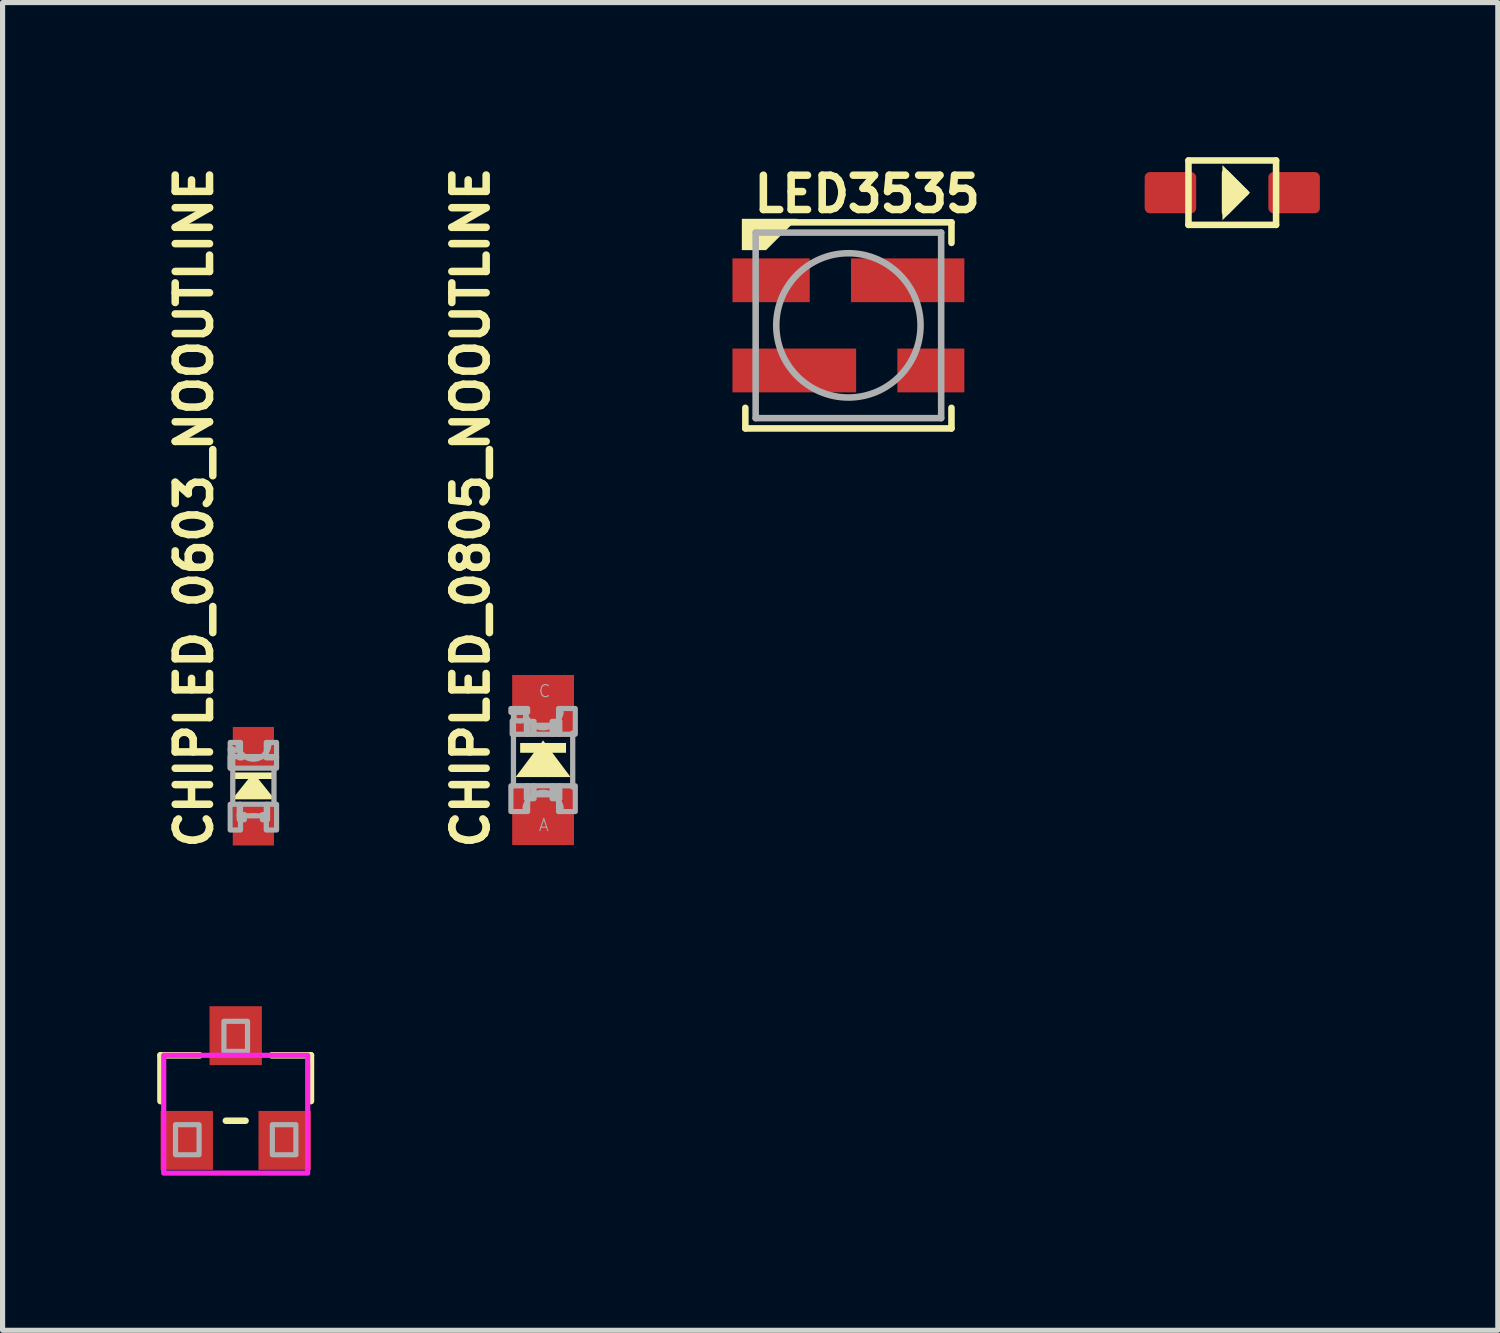
<source format=kicad_pcb>
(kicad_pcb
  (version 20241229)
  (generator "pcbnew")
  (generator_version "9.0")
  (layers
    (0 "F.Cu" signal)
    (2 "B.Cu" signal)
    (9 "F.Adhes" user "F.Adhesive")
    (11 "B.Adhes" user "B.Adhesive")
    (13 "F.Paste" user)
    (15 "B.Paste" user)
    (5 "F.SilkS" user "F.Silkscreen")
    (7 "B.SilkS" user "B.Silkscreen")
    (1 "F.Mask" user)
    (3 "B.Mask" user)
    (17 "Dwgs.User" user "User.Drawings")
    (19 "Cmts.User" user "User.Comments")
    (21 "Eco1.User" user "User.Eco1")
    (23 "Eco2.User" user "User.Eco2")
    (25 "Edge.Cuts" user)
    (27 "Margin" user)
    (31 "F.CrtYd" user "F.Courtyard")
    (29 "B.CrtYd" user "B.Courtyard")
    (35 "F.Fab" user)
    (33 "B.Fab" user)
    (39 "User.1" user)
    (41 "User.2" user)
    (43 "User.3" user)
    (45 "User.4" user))
  (footprint "LED3535"
    (layer "F.Cu")
    (at 13.414 3.264)
    (property "Reference" "LED3535" (at -1.905 -2.159 0) (layer "F.SilkS") (effects (font (size 0.666 0.666) (thickness 0.146)) (justify left bottom)))
    (fp_line (start -2 -2) (end 2 -2) (stroke (width 0.127) (type solid)) (layer "F.SilkS"))
    (fp_line (start -2 -1.6) (end -2 -2) (stroke (width 0.127) (type solid)) (layer "F.SilkS"))
    (fp_line (start -2 1.6) (end -2 2) (stroke (width 0.127) (type solid)) (layer "F.SilkS"))
    (fp_line (start -2 2) (end 2 2) (stroke (width 0.127) (type solid)) (layer "F.SilkS"))
    (fp_line (start 2 -2) (end 2 -1.6) (stroke (width 0.127) (type solid)) (layer "F.SilkS"))
    (fp_line (start 2 2) (end 2 1.6) (stroke (width 0.127) (type solid)) (layer "F.SilkS"))
    (fp_poly (pts (xy -1.598 -1.46) (xy -2.068 -1.46) (xy -2.068 -2.068) (xy -0.99 -2.068)) (stroke (width 0) (type solid)) (fill yes) (layer "F.SilkS"))
    (fp_line (start -1.8 -1.8) (end 1.8 -1.8) (stroke (width 0.127) (type solid)) (layer "F.Fab"))
    (fp_line (start -1.8 1.8) (end -1.8 -1.8) (stroke (width 0.127) (type solid)) (layer "F.Fab"))
    (fp_line (start 1.8 -1.8) (end 1.8 1.8) (stroke (width 0.127) (type solid)) (layer "F.Fab"))
    (fp_line (start 1.8 1.8) (end -1.8 1.8) (stroke (width 0.127) (type solid)) (layer "F.Fab"))
    (fp_circle (center 0 0) (end 1.4 0) (stroke (width 0.127) (type solid)) (fill no) (layer "F.Fab"))
    (pad "1-DOUT" smd rect (at 1.6 0.875 90) (size 0.85 1.3) (layers "F.Cu" "F.Mask" "F.Paste"))
    (pad "2-GND" smd rect (at 1.15 -0.875 90) (size 0.85 2.2) (layers "F.Cu" "F.Mask" "F.Paste"))
    (pad "3-DIN" smd rect (at -1.5 -0.875 90) (size 0.85 1.5) (layers "F.Cu" "F.Mask" "F.Paste"))
    (pad "4-VDD" smd rect (at -1.05 0.875 90) (size 0.85 2.4) (layers "F.Cu" "F.Mask" "F.Paste")))
  (footprint "SOT23"
    (layer "F.Cu")
    (at 1.524 18.064)
    (property "Reference" "SOT23" (at -1.27 0 0) (layer "F.Mask") (effects (font (size 0.572 0.572) (thickness 0.064)) (justify left bottom)))
    (fp_line (start -1.46 -0.635) (end -1.46 0.254) (stroke (width 0.127) (type solid)) (layer "F.SilkS"))
    (fp_line (start -0.699 -0.635) (end -1.46 -0.635) (stroke (width 0.127) (type solid)) (layer "F.SilkS"))
    (fp_line (start -0.191 0.635) (end 0.191 0.635) (stroke (width 0.127) (type solid)) (layer "F.SilkS"))
    (fp_line (start 1.46 -0.635) (end 0.699 -0.635) (stroke (width 0.127) (type solid)) (layer "F.SilkS"))
    (fp_line (start 1.46 0.254) (end 1.46 -0.635) (stroke (width 0.127) (type solid)) (layer "F.SilkS"))
    (fp_poly (pts (xy -1.397 1.651) (xy 1.397 1.651) (xy 1.397 -0.635) (xy -1.397 -0.635)) (stroke (width 0.1) (type solid)) (fill no) (layer "F.CrtYd"))
    (fp_poly (pts (xy -1.168 1.295) (xy -0.711 1.295) (xy -0.711 0.711) (xy -1.168 0.711)) (stroke (width 0.1) (type solid)) (fill no) (layer "F.Fab"))
    (fp_poly (pts (xy -0.229 -0.711) (xy 0.229 -0.711) (xy 0.229 -1.295) (xy -0.229 -1.295)) (stroke (width 0.1) (type solid)) (fill no) (layer "F.Fab"))
    (fp_poly (pts (xy 0.711 1.295) (xy 1.168 1.295) (xy 1.168 0.711) (xy 0.711 0.711)) (stroke (width 0.1) (type solid)) (fill no) (layer "F.Fab"))
    (pad "1" smd rect (at -0.95 1.016 180) (size 1.016 1.143) (layers "F.Cu" "F.Mask" "F.Paste"))
    (pad "2" smd rect (at 0.95 1.016) (size 1.016 1.143) (layers "F.Cu" "F.Mask" "F.Paste"))
    (pad "3" smd rect (at 0 -1.016) (size 1.016 1.143) (layers "F.Cu" "F.Mask" "F.Paste")))
  (footprint "CHIPLED_0603_NOOUTLINE"
    (layer "F.Cu")
    (at 1.867 12.207)
    (property "Reference" "CHIPLED_0603_NOOUTLINE" (at -0.762 1.27 90) (layer "F.SilkS") (effects (font (size 0.666 0.666) (thickness 0.146)) (justify left bottom)))
    (fp_poly (pts (xy 0.413 0.254) (xy -0.413 0.254) (xy 0 -0.262)) (stroke (width 0) (type solid)) (fill yes) (layer "F.SilkS"))
    (fp_poly (pts (xy -0.381 -0.14) (xy 0.381 -0.14) (xy 0.381 -0.267) (xy -0.381 -0.267)) (stroke (width 0) (type solid)) (fill yes) (layer "F.SilkS"))
    (fp_line (start -0.4 -0.375) (end -0.4 0.35) (stroke (width 0.102) (type solid)) (layer "F.Fab"))
    (fp_line (start 0.4 -0.35) (end 0.4 0.35) (stroke (width 0.102) (type solid)) (layer "F.Fab"))
    (fp_arc (start -0.275 0.825) (mid 0 0.55) (end 0.275 0.825) (stroke (width 0.0508) (type solid)) (layer "F.Fab"))
    (fp_arc (start 0.3 -0.799998) (mid -0.000001 -0.524966) (end -0.3 -0.8) (stroke (width 0.1016) (type solid)) (layer "F.Fab"))
    (fp_circle (center -0.35 -0.625) (end -0.275 -0.625) (stroke (width 0.051) (type solid)) (fill no) (layer "F.Fab"))
    (fp_poly (pts (xy -0.45 -0.7) (xy -0.25 -0.7) (xy -0.25 -0.85) (xy -0.45 -0.85)) (stroke (width 0.1) (type solid)) (fill no) (layer "F.Fab"))
    (fp_poly (pts (xy -0.45 -0.35) (xy -0.4 -0.35) (xy -0.4 -0.725) (xy -0.45 -0.725)) (stroke (width 0.1) (type solid)) (fill no) (layer "F.Fab"))
    (fp_poly (pts (xy -0.45 -0.35) (xy 0.45 -0.35) (xy 0.45 -0.575) (xy -0.45 -0.575)) (stroke (width 0.1) (type solid)) (fill no) (layer "F.Fab"))
    (fp_poly (pts (xy -0.45 0.85) (xy -0.25 0.85) (xy -0.25 0.35) (xy -0.45 0.35)) (stroke (width 0.1) (type solid)) (fill no) (layer "F.Fab"))
    (fp_poly (pts (xy -0.275 -0.55) (xy -0.225 -0.55) (xy -0.225 -0.6) (xy -0.275 -0.6)) (stroke (width 0.1) (type solid)) (fill no) (layer "F.Fab"))
    (fp_poly (pts (xy -0.275 0.575) (xy 0.275 0.575) (xy 0.275 0.35) (xy -0.275 0.35)) (stroke (width 0.1) (type solid)) (fill no) (layer "F.Fab"))
    (fp_poly (pts (xy -0.275 0.65) (xy -0.175 0.65) (xy -0.175 0.55) (xy -0.275 0.55)) (stroke (width 0.1) (type solid)) (fill no) (layer "F.Fab"))
    (fp_poly (pts (xy 0.175 0.65) (xy 0.275 0.65) (xy 0.275 0.55) (xy 0.175 0.55)) (stroke (width 0.1) (type solid)) (fill no) (layer "F.Fab"))
    (fp_poly (pts (xy 0.25 -0.55) (xy 0.45 -0.55) (xy 0.45 -0.85) (xy 0.25 -0.85)) (stroke (width 0.1) (type solid)) (fill no) (layer "F.Fab"))
    (fp_poly (pts (xy 0.25 0.85) (xy 0.45 0.85) (xy 0.45 0.35) (xy 0.25 0.35)) (stroke (width 0.1) (type solid)) (fill no) (layer "F.Fab"))
    (pad "A" smd rect (at 0 0.75) (size 0.8 0.8) (layers "F.Cu" "F.Mask" "F.Paste"))
    (pad "C" smd rect (at 0 -0.75) (size 0.8 0.8) (layers "F.Cu" "F.Mask" "F.Paste")))
  (footprint "CHIPLED_0805_NOOUTLINE"
    (layer "F.Cu")
    (at 7.489 11.699)
    (property "Reference" "CHIPLED_0805_NOOUTLINE" (at -1.016 1.778 90) (layer "F.SilkS") (effects (font (size 0.666 0.666) (thickness 0.146)) (justify left bottom)))
    (fp_poly (pts (xy 0.533 0.33) (xy -0.533 0.33) (xy 0 -0.381)) (stroke (width 0) (type solid)) (fill yes) (layer "F.SilkS"))
    (fp_poly (pts (xy -0.445 -0.141) (xy 0.445 -0.141) (xy 0.445 -0.331) (xy -0.445 -0.331)) (stroke (width 0) (type solid)) (fill yes) (layer "F.SilkS"))
    (fp_line (start -0.575 0.5) (end -0.575 -0.925) (stroke (width 0.102) (type solid)) (layer "F.Fab"))
    (fp_line (start 0.575 -0.525) (end 0.575 0.525) (stroke (width 0.102) (type solid)) (layer "F.Fab"))
    (fp_arc (start -0.35 0.925) (mid -0.000001 0.625027) (end 0.35 0.924998) (stroke (width 0.1016) (type solid)) (layer "F.Fab"))
    (fp_arc (start 0.35 -0.924998) (mid -0.000001 -0.625027) (end -0.35 -0.925) (stroke (width 0.1016) (type solid)) (layer "F.Fab"))
    (fp_circle (center -0.45 -0.85) (end -0.347 -0.85) (stroke (width 0.076) (type solid)) (fill no) (layer "F.Fab"))
    (fp_poly (pts (xy -0.625 -0.925) (xy -0.3 -0.925) (xy -0.3 -1) (xy -0.625 -1)) (stroke (width 0.1) (type solid)) (fill no) (layer "F.Fab"))
    (fp_poly (pts (xy -0.625 1) (xy -0.3 1) (xy -0.3 0.5) (xy -0.625 0.5)) (stroke (width 0.1) (type solid)) (fill no) (layer "F.Fab"))
    (fp_poly (pts (xy -0.6 -0.5) (xy -0.3 -0.5) (xy -0.3 -0.762) (xy -0.6 -0.762)) (stroke (width 0.1) (type solid)) (fill no) (layer "F.Fab"))
    (fp_poly (pts (xy -0.325 -0.5) (xy -0.175 -0.5) (xy -0.175 -0.75) (xy -0.325 -0.75)) (stroke (width 0.1) (type solid)) (fill no) (layer "F.Fab"))
    (fp_poly (pts (xy -0.325 0.75) (xy -0.175 0.75) (xy -0.175 0.5) (xy -0.325 0.5)) (stroke (width 0.1) (type solid)) (fill no) (layer "F.Fab"))
    (fp_poly (pts (xy -0.2 -0.5) (xy 0.2 -0.5) (xy 0.2 -0.675) (xy -0.2 -0.675)) (stroke (width 0.1) (type solid)) (fill no) (layer "F.Fab"))
    (fp_poly (pts (xy -0.2 0.675) (xy 0.2 0.675) (xy 0.2 0.5) (xy -0.2 0.5)) (stroke (width 0.1) (type solid)) (fill no) (layer "F.Fab"))
    (fp_poly (pts (xy 0.175 -0.5) (xy 0.325 -0.5) (xy 0.325 -0.75) (xy 0.175 -0.75)) (stroke (width 0.1) (type solid)) (fill no) (layer "F.Fab"))
    (fp_poly (pts (xy 0.175 0.75) (xy 0.325 0.75) (xy 0.325 0.5) (xy 0.175 0.5)) (stroke (width 0.1) (type solid)) (fill no) (layer "F.Fab"))
    (fp_poly (pts (xy 0.3 -0.5) (xy 0.625 -0.5) (xy 0.625 -1) (xy 0.3 -1)) (stroke (width 0.1) (type solid)) (fill no) (layer "F.Fab"))
    (fp_poly (pts (xy 0.3 1) (xy 0.625 1) (xy 0.625 0.5) (xy 0.3 0.5)) (stroke (width 0.1) (type solid)) (fill no) (layer "F.Fab"))
    (fp_text user "A" (at -0.1 1.4 0) (layer "F.Fab") (effects (font (size 0.234 0.234) (thickness 0.02)) (justify left bottom)))
    (fp_text user "C" (at -0.1 -1.2 0) (layer "F.Fab") (effects (font (size 0.234 0.234) (thickness 0.02)) (justify left bottom)))
    (pad "A" smd rect (at 0 1.05) (size 1.2 1.2) (layers "F.Cu" "F.Mask" "F.Paste"))
    (pad "C" smd rect (at 0 -1.05) (size 1.2 1.2) (layers "F.Cu" "F.Mask" "F.Paste")))
  (footprint "SOD323"
    (layer "F.Cu")
    (at 20.863 0.689)
    (property "Reference" "SOD323" (at -1.27 0.635 0) (layer "F.Mask") (effects (font (size 0.572 0.572) (thickness 0.064)) (justify left bottom)))
    (fp_line (start -0.85 -0.625) (end 0.85 -0.625) (stroke (width 0.127) (type solid)) (layer "F.SilkS"))
    (fp_line (start -0.85 0.625) (end -0.85 -0.625) (stroke (width 0.127) (type solid)) (layer "F.SilkS"))
    (fp_line (start -0.14 -0.381) (end -0.14 0.381) (stroke (width 0.127) (type solid)) (layer "F.SilkS"))
    (fp_line (start -0.127 -0.381) (end 0.254 0) (stroke (width 0.127) (type solid)) (layer "F.SilkS"))
    (fp_line (start 0.254 0) (end -0.127 0.381) (stroke (width 0.127) (type solid)) (layer "F.SilkS"))
    (fp_line (start 0.85 -0.625) (end 0.85 0.625) (stroke (width 0.127) (type solid)) (layer "F.SilkS"))
    (fp_line (start 0.85 0.625) (end -0.85 0.625) (stroke (width 0.127) (type solid)) (layer "F.SilkS"))
    (fp_poly (pts (xy 0.344 0) (xy -0.191 0.534) (xy -0.191 -0.534)) (stroke (width 0) (type solid)) (fill yes) (layer "F.SilkS"))
    (pad "+" smd roundrect (at -1.2 0) (size 1 0.8) (layers "F.Cu" "F.Mask" "F.Paste") (roundrect_rratio 0.125))
    (pad "-" smd roundrect (at 1.2 0) (size 1 0.8) (layers "F.Cu" "F.Mask" "F.Paste") (roundrect_rratio 0.125)))
  (gr_rect
    (start -3 -3)
    (end 26.016 22.765)
    (stroke (width 0.1) (type default))
    (fill no)
    (layer "Edge.Cuts")))
</source>
